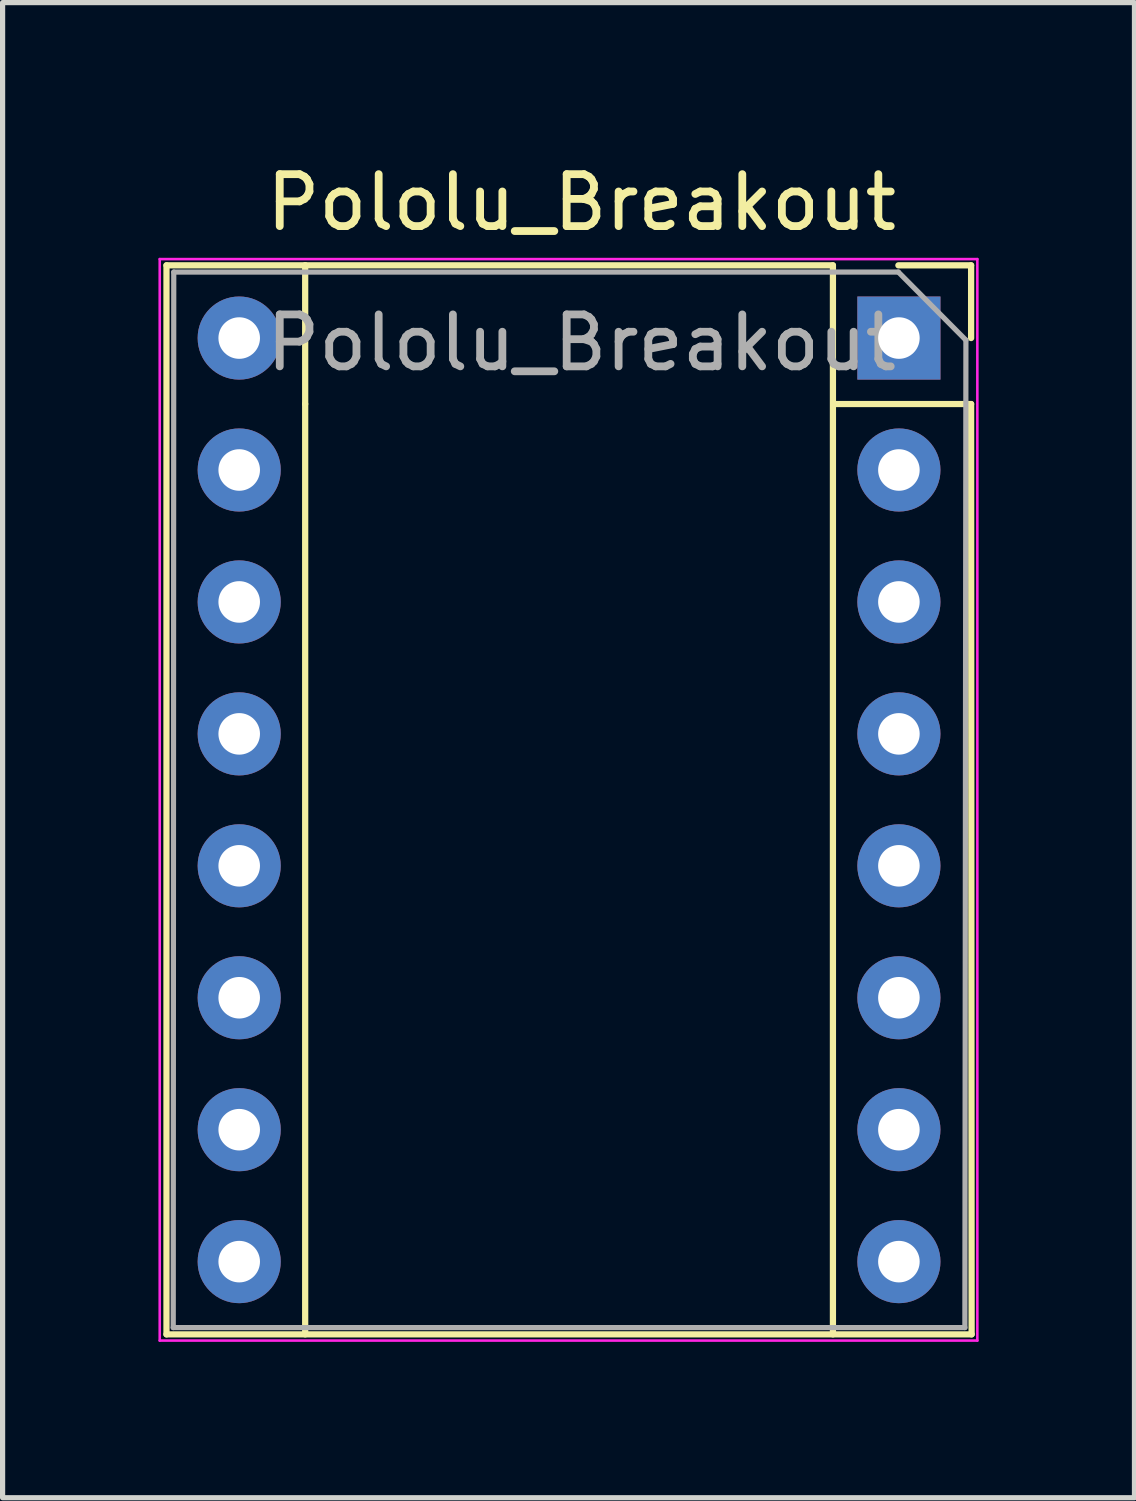
<source format=kicad_pcb>
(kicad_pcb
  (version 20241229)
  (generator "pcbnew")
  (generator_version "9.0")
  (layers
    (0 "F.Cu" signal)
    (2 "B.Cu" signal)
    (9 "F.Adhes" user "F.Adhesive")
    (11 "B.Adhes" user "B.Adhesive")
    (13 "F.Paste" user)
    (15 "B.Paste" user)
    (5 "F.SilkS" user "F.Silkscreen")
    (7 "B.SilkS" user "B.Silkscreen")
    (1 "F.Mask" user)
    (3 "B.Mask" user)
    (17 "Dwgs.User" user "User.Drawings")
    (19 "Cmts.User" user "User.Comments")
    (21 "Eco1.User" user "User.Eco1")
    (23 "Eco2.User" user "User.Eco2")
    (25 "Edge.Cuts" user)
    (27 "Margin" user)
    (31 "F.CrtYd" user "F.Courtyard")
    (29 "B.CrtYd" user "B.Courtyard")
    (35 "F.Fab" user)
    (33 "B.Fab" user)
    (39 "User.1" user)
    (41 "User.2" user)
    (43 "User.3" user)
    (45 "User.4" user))
  (footprint "Pololu_Breakout"
    (layer "F.Cu")
    (at 8.145 12.348)
    (property "Reference" "Pololu_Breakout" (at 0 -11.5 0) (unlocked yes) (layer "F.SilkS") (effects (font (size 1 1) (thickness 0.15))))
    (attr through_hole)
    (fp_line (start -7.99 -10.29) (end -7.99 10.29) (stroke (width 0.12) (type solid)) (layer "F.SilkS"))
    (fp_line (start -7.99 10.29) (end 7.51 10.29) (stroke (width 0.12) (type solid)) (layer "F.SilkS"))
    (fp_line (start -5.32 -10.29) (end -7.99 -10.29) (stroke (width 0.12) (type solid)) (layer "F.SilkS"))
    (fp_line (start -5.32 -10.29) (end -5.32 -7.62) (stroke (width 0.12) (type solid)) (layer "F.SilkS"))
    (fp_line (start -5.32 -7.62) (end -5.32 10.29) (stroke (width 0.12) (type solid)) (layer "F.SilkS"))
    (fp_line (start 4.84 -10.29) (end -5.32 -10.29) (stroke (width 0.12) (type solid)) (layer "F.SilkS"))
    (fp_line (start 4.84 -10.29) (end 4.84 10.29) (stroke (width 0.12) (type solid)) (layer "F.SilkS"))
    (fp_line (start 7.5 -10.29) (end 6.1 -10.29) (stroke (width 0.12) (type solid)) (layer "F.SilkS"))
    (fp_line (start 7.5 -10.29) (end 7.5 -8.89) (stroke (width 0.12) (type solid)) (layer "F.SilkS"))
    (fp_line (start 7.5 -7.62) (end 4.85 -7.62) (stroke (width 0.12) (type solid)) (layer "F.SilkS"))
    (fp_line (start 7.51 10.29) (end 7.5 -7.62) (stroke (width 0.12) (type solid)) (layer "F.SilkS"))
    (fp_line (start -8.12 -10.41) (end -8.12 10.41) (stroke (width 0.05) (type solid)) (layer "F.CrtYd"))
    (fp_line (start -8.12 -10.41) (end 7.62 -10.41) (stroke (width 0.05) (type solid)) (layer "F.CrtYd"))
    (fp_line (start 7.62 10.41) (end -8.12 10.41) (stroke (width 0.05) (type solid)) (layer "F.CrtYd"))
    (fp_line (start 7.62 10.41) (end 7.62 -10.41) (stroke (width 0.05) (type solid)) (layer "F.CrtYd"))
    (fp_line (start -7.86 10.16) (end -7.85 -10.16) (stroke (width 0.1) (type solid)) (layer "F.Fab"))
    (fp_line (start -7.85 -10.16) (end 6.1 -10.16) (stroke (width 0.1) (type solid)) (layer "F.Fab"))
    (fp_line (start 7.38 10.16) (end -7.86 10.16) (stroke (width 0.1) (type solid)) (layer "F.Fab"))
    (fp_line (start 7.4 -8.85) (end 6.1 -10.16) (stroke (width 0.1) (type solid)) (layer "F.Fab"))
    (fp_line (start 7.4 -8.85) (end 7.38 10.16) (stroke (width 0.1) (type solid)) (layer "F.Fab"))
    (fp_text user "${REFERENCE}" (at 0 -8.8 0) (unlocked yes) (layer "F.Fab") (effects (font (size 1 1) (thickness 0.15))))
    (pad "1" thru_hole rect (at 6.11 -8.89) (size 1.6 1.6) (drill 0.8) (layers "*.Cu" "*.Mask"))
    (pad "2" thru_hole oval (at 6.11 -6.35) (size 1.6 1.6) (drill 0.8) (layers "*.Cu" "*.Mask"))
    (pad "3" thru_hole oval (at 6.11 -3.81) (size 1.6 1.6) (drill 0.8) (layers "*.Cu" "*.Mask"))
    (pad "4" thru_hole oval (at 6.11 -1.27) (size 1.6 1.6) (drill 0.8) (layers "*.Cu" "*.Mask"))
    (pad "5" thru_hole oval (at 6.11 1.27) (size 1.6 1.6) (drill 0.8) (layers "*.Cu" "*.Mask"))
    (pad "6" thru_hole oval (at 6.11 3.81) (size 1.6 1.6) (drill 0.8) (layers "*.Cu" "*.Mask"))
    (pad "7" thru_hole oval (at 6.11 6.35) (size 1.6 1.6) (drill 0.8) (layers "*.Cu" "*.Mask"))
    (pad "8" thru_hole oval (at 6.11 8.89) (size 1.6 1.6) (drill 0.8) (layers "*.Cu" "*.Mask"))
    (pad "9" thru_hole oval (at -6.59 8.89) (size 1.6 1.6) (drill 0.8) (layers "*.Cu" "*.Mask"))
    (pad "10" thru_hole oval (at -6.59 6.35) (size 1.6 1.6) (drill 0.8) (layers "*.Cu" "*.Mask"))
    (pad "11" thru_hole oval (at -6.59 3.81) (size 1.6 1.6) (drill 0.8) (layers "*.Cu" "*.Mask"))
    (pad "12" thru_hole oval (at -6.59 1.27) (size 1.6 1.6) (drill 0.8) (layers "*.Cu" "*.Mask"))
    (pad "13" thru_hole oval (at -6.59 -1.27) (size 1.6 1.6) (drill 0.8) (layers "*.Cu" "*.Mask"))
    (pad "14" thru_hole oval (at -6.59 -3.81) (size 1.6 1.6) (drill 0.8) (layers "*.Cu" "*.Mask"))
    (pad "15" thru_hole oval (at -6.59 -6.35) (size 1.6 1.6) (drill 0.8) (layers "*.Cu" "*.Mask"))
    (pad "16" thru_hole oval (at -6.59 -8.89) (size 1.6 1.6) (drill 0.8) (layers "*.Cu" "*.Mask")))
  (gr_rect
    (start -3 -3)
    (end 18.79 25.783)
    (stroke (width 0.1) (type default))
    (fill no)
    (layer "Edge.Cuts")))
</source>
